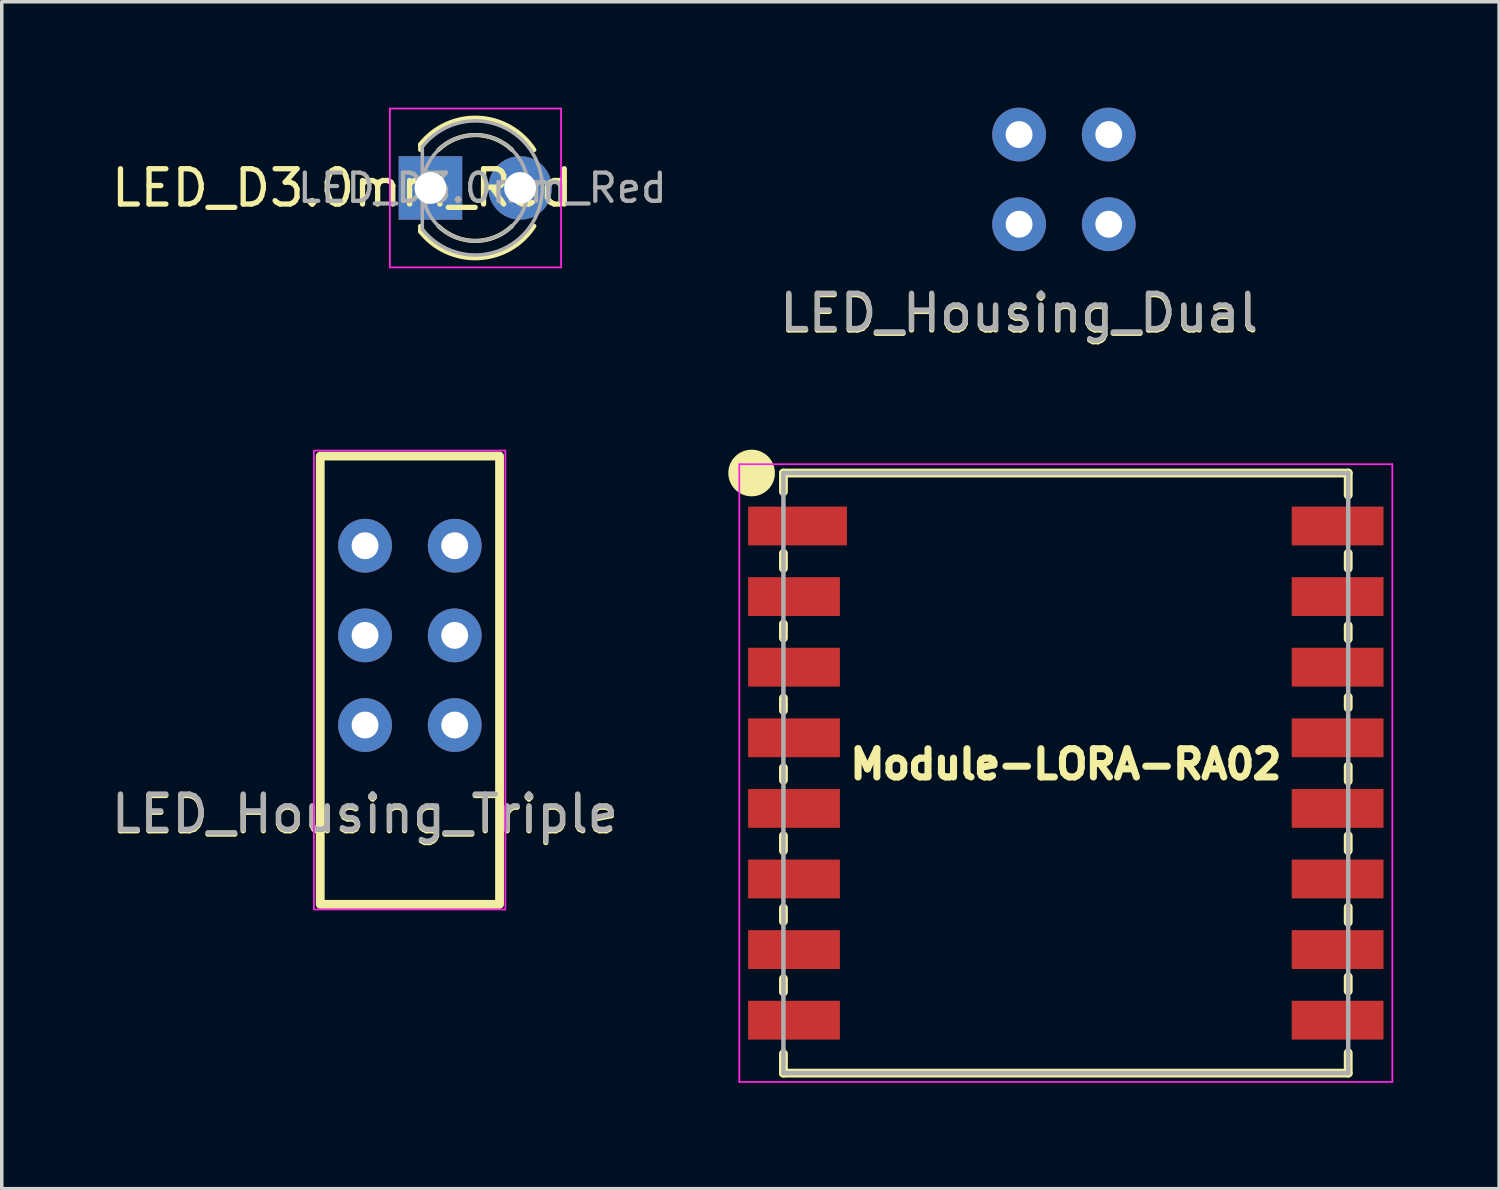
<source format=kicad_pcb>
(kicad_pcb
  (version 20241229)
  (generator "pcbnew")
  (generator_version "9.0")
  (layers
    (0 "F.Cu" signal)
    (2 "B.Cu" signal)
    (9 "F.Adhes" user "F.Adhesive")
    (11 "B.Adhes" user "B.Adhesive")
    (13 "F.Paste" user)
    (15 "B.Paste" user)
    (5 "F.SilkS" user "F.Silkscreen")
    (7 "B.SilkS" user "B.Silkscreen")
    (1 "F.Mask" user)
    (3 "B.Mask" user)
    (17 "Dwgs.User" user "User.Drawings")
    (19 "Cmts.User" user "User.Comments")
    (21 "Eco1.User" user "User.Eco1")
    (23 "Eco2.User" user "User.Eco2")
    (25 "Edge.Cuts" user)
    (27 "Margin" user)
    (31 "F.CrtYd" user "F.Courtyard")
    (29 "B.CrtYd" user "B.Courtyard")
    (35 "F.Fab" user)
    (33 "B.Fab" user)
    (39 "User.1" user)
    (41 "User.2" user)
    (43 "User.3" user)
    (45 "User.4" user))
  (footprint "LED_Housing_Triple"
    (layer "F.Cu")
    (at 7.292 17.49)
    (property "Reference" "LED_Housing_Triple" (at 0 2.54 0) (unlocked yes) (layer "F.SilkS") (effects (font (size 1 1) (thickness 0.15))))
    (attr through_hole)
    (fp_rect (start -1.27 -7.62) (end 3.81 5.08) (stroke (width 0.25) (type solid)) (fill no) (layer "F.SilkS"))
    (fp_rect (start -1.45 -7.775) (end 3.975 5.225) (stroke (width 0.05) (type solid)) (fill no) (layer "F.CrtYd"))
    (fp_text user "${REFERENCE}" (at 0 2.5 0) (unlocked yes) (layer "F.Fab") (effects (font (size 1 1) (thickness 0.15))))
    (pad "1" thru_hole circle (at 0 0) (size 1.524 1.524) (drill 0.762) (layers "*.Cu" "*.Mask"))
    (pad "2" thru_hole circle (at 2.54 0) (size 1.524 1.524) (drill 0.762) (layers "*.Cu" "*.Mask"))
    (pad "3" thru_hole circle (at 0 -2.54) (size 1.524 1.524) (drill 0.762) (layers "*.Cu" "*.Mask"))
    (pad "4" thru_hole circle (at 2.54 -2.54) (size 1.524 1.524) (drill 0.762) (layers "*.Cu" "*.Mask"))
    (pad "5" thru_hole circle (at 0 -5.08) (size 1.524 1.524) (drill 0.762) (layers "*.Cu" "*.Mask"))
    (pad "6" thru_hole circle (at 2.54 -5.08) (size 1.524 1.524) (drill 0.762) (layers "*.Cu" "*.Mask")))
  (footprint "Module-LORA-RA02"
    (layer "F.Cu")
    (at 27.144 18.851)
    (property "Reference" "Module-LORA-RA02" (at 0 -0.25 180) (layer "F.SilkS") (effects (font (size 0.8 0.8) (thickness 0.3))))
    (attr through_hole)
    (fp_line (start -8 -8.5) (end 8 -8.5) (stroke (width 0.25) (type solid)) (layer "F.SilkS"))
    (fp_line (start -8 -7.975) (end -8 -8.5) (stroke (width 0.25) (type solid)) (layer "F.SilkS"))
    (fp_line (start -8 -6.225) (end -8 -5.8) (stroke (width 0.25) (type solid)) (layer "F.SilkS"))
    (fp_line (start -8 -4.225) (end -8 -3.825) (stroke (width 0.25) (type solid)) (layer "F.SilkS"))
    (fp_line (start -8 -2.125) (end -8 -1.775) (stroke (width 0.25) (type solid)) (layer "F.SilkS"))
    (fp_line (start -8 -0.15) (end -8 0.2) (stroke (width 0.25) (type solid)) (layer "F.SilkS"))
    (fp_line (start -8 1.775) (end -8 2.2) (stroke (width 0.25) (type solid)) (layer "F.SilkS"))
    (fp_line (start -8 3.825) (end -8 4.2) (stroke (width 0.25) (type solid)) (layer "F.SilkS"))
    (fp_line (start -8 5.825) (end -8 6.2) (stroke (width 0.25) (type solid)) (layer "F.SilkS"))
    (fp_line (start -8 8.5) (end -8 7.95) (stroke (width 0.25) (type solid)) (layer "F.SilkS"))
    (fp_line (start -8 8.5) (end 8 8.5) (stroke (width 0.25) (type solid)) (layer "F.SilkS"))
    (fp_line (start 8 -7.875) (end 8 -8.5) (stroke (width 0.25) (type solid)) (layer "F.SilkS"))
    (fp_line (start 8 -6.225) (end 8 -5.8) (stroke (width 0.25) (type solid)) (layer "F.SilkS"))
    (fp_line (start 8 -4.175) (end 8 -3.8) (stroke (width 0.25) (type solid)) (layer "F.SilkS"))
    (fp_line (start 8 -2.15) (end 8 -1.85) (stroke (width 0.25) (type solid)) (layer "F.SilkS"))
    (fp_line (start 8 -0.2) (end 8 0.225) (stroke (width 0.25) (type solid)) (layer "F.SilkS"))
    (fp_line (start 8 1.775) (end 8 2.2) (stroke (width 0.25) (type solid)) (layer "F.SilkS"))
    (fp_line (start 8 3.8) (end 8 4.225) (stroke (width 0.25) (type solid)) (layer "F.SilkS"))
    (fp_line (start 8 5.775) (end 8 6.175) (stroke (width 0.25) (type solid)) (layer "F.SilkS"))
    (fp_line (start 8 8.5) (end 8 7.925) (stroke (width 0.25) (type solid)) (layer "F.SilkS"))
    (fp_circle (center -8.901 -8.501) (end -8.301 -8.476) (stroke (width 0.12) (type solid)) (fill yes) (layer "F.SilkS"))
    (fp_line (start -9.25 -8.75) (end 9.25 -8.75) (stroke (width 0.05) (type solid)) (layer "F.CrtYd"))
    (fp_line (start -9.25 8.75) (end -9.25 -8.75) (stroke (width 0.05) (type solid)) (layer "F.CrtYd"))
    (fp_line (start 9.25 -8.75) (end 9.25 8.75) (stroke (width 0.05) (type solid)) (layer "F.CrtYd"))
    (fp_line (start 9.25 8.75) (end -9.25 8.75) (stroke (width 0.05) (type solid)) (layer "F.CrtYd"))
    (fp_line (start -8 -8.5) (end 8 -8.5) (stroke (width 0.127) (type solid)) (layer "F.Fab"))
    (fp_line (start -8 8.5) (end -8 -8.5) (stroke (width 0.127) (type solid)) (layer "F.Fab"))
    (fp_line (start 8 -8.5) (end 8 8.5) (stroke (width 0.127) (type solid)) (layer "F.Fab"))
    (fp_line (start 8 8.5) (end -8 8.5) (stroke (width 0.127) (type solid)) (layer "F.Fab"))
    (pad "1" smd rect (at -7.6 -7) (size 2.8 1.1) (layers "F.Cu" "F.Mask" "F.Paste"))
    (pad "2" smd rect (at -7.7 -5) (size 2.6 1.1) (layers "F.Cu" "F.Mask" "F.Paste"))
    (pad "3" smd rect (at -7.7 -3) (size 2.6 1.1) (layers "F.Cu" "F.Mask" "F.Paste"))
    (pad "4" smd rect (at -7.7 -1) (size 2.6 1.1) (layers "F.Cu" "F.Mask" "F.Paste"))
    (pad "5" smd rect (at -7.7 1) (size 2.6 1.1) (layers "F.Cu" "F.Mask" "F.Paste"))
    (pad "6" smd rect (at -7.7 3) (size 2.6 1.1) (layers "F.Cu" "F.Mask" "F.Paste"))
    (pad "7" smd rect (at -7.7 5) (size 2.6 1.1) (layers "F.Cu" "F.Mask" "F.Paste"))
    (pad "8" smd rect (at -7.7 7) (size 2.6 1.1) (layers "F.Cu" "F.Mask" "F.Paste"))
    (pad "9" smd rect (at 7.7 7 180) (size 2.6 1.1) (layers "F.Cu" "F.Mask" "F.Paste"))
    (pad "10" smd rect (at 7.7 5 180) (size 2.6 1.1) (layers "F.Cu" "F.Mask" "F.Paste"))
    (pad "11" smd rect (at 7.7 3 180) (size 2.6 1.1) (layers "F.Cu" "F.Mask" "F.Paste"))
    (pad "12" smd rect (at 7.7 1 180) (size 2.6 1.1) (layers "F.Cu" "F.Mask" "F.Paste"))
    (pad "13" smd rect (at 7.7 -1 180) (size 2.6 1.1) (layers "F.Cu" "F.Mask" "F.Paste"))
    (pad "14" smd rect (at 7.7 -3 180) (size 2.6 1.1) (layers "F.Cu" "F.Mask" "F.Paste"))
    (pad "15" smd rect (at 7.7 -5 180) (size 2.6 1.1) (layers "F.Cu" "F.Mask" "F.Paste"))
    (pad "16" smd rect (at 7.7 -7 180) (size 2.6 1.1) (layers "F.Cu" "F.Mask" "F.Paste")))
  (footprint "LED_Housing_Dual"
    (layer "F.Cu")
    (at 25.82 3.302)
    (property "Reference" "LED_Housing_Dual" (at 0 2.54 0) (unlocked yes) (layer "F.SilkS") (effects (font (size 1 1) (thickness 0.15))))
    (attr through_hole)
    (fp_text user "${REFERENCE}" (at 0 2.5 0) (unlocked yes) (layer "F.Fab") (effects (font (size 1 1) (thickness 0.15))))
    (pad "1" thru_hole circle (at 0 0) (size 1.524 1.524) (drill 0.762) (layers "*.Cu" "*.Mask"))
    (pad "2" thru_hole circle (at 2.54 0) (size 1.524 1.524) (drill 0.762) (layers "*.Cu" "*.Mask"))
    (pad "3" thru_hole circle (at 0 -2.54) (size 1.524 1.524) (drill 0.762) (layers "*.Cu" "*.Mask"))
    (pad "4" thru_hole circle (at 2.54 -2.54) (size 1.524 1.524) (drill 0.762) (layers "*.Cu" "*.Mask")))
  (footprint "LED_D3.0mm_Red"
    (layer "F.Cu")
    (at 9.144 2.275)
    (property "Reference" "LED_D3.0mm_Red" (at -2.495 0 0) (layer "F.SilkS") (effects (font (size 1 1) (thickness 0.15))))
    (attr through_hole)
    (fp_line (start -0.29 -1.236) (end -0.29 -1.08) (stroke (width 0.12) (type solid)) (layer "F.SilkS"))
    (fp_line (start -0.29 1.08) (end -0.29 1.236) (stroke (width 0.12) (type solid)) (layer "F.SilkS"))
    (fp_arc (start -0.29 -1.235516) (mid 1.366487 -1.987659) (end 2.942335 -1.078608) (stroke (width 0.12) (type solid)) (layer "F.SilkS"))
    (fp_arc (start 0.229039 -1.08) (mid 1.270117 -1.5) (end 2.31113 -1.079837) (stroke (width 0.12) (type solid)) (layer "F.SilkS"))
    (fp_arc (start 2.31113 1.079837) (mid 1.270117 1.5) (end 0.229039 1.08) (stroke (width 0.12) (type solid)) (layer "F.SilkS"))
    (fp_arc (start 2.942335 1.078608) (mid 1.366487 1.987659) (end -0.29 1.235516) (stroke (width 0.12) (type solid)) (layer "F.SilkS"))
    (fp_line (start -1.15 -2.25) (end -1.15 2.25) (stroke (width 0.05) (type solid)) (layer "F.CrtYd"))
    (fp_line (start -1.15 2.25) (end 3.7 2.25) (stroke (width 0.05) (type solid)) (layer "F.CrtYd"))
    (fp_line (start 3.7 -2.25) (end -1.15 -2.25) (stroke (width 0.05) (type solid)) (layer "F.CrtYd"))
    (fp_line (start 3.7 2.25) (end 3.7 -2.25) (stroke (width 0.05) (type solid)) (layer "F.CrtYd"))
    (fp_line (start -0.23 -1.166) (end -0.23 1.166) (stroke (width 0.1) (type solid)) (layer "F.Fab"))
    (fp_arc (start -0.23 -1.16619) (mid 3.17 0.000452) (end -0.230555 1.165476) (stroke (width 0.1) (type solid)) (layer "F.Fab"))
    (fp_circle (center 1.27 0) (end 2.77 0) (stroke (width 0.1) (type solid)) (fill no) (layer "F.Fab"))
    (fp_text user "${REFERENCE}" (at 1.47 0 0) (layer "F.Fab") (effects (font (size 0.8 0.8) (thickness 0.12))))
    (pad "1" thru_hole rect (at 0 0) (size 1.8 1.8) (drill 0.9) (layers "*.Cu" "*.Mask"))
    (pad "2" thru_hole circle (at 2.54 0) (size 1.8 1.8) (drill 0.9) (layers "*.Cu" "*.Mask")))
  (gr_rect
    (start -3 -3)
    (end 39.419 30.626)
    (stroke (width 0.1) (type default))
    (fill no)
    (layer "Edge.Cuts")))
</source>
